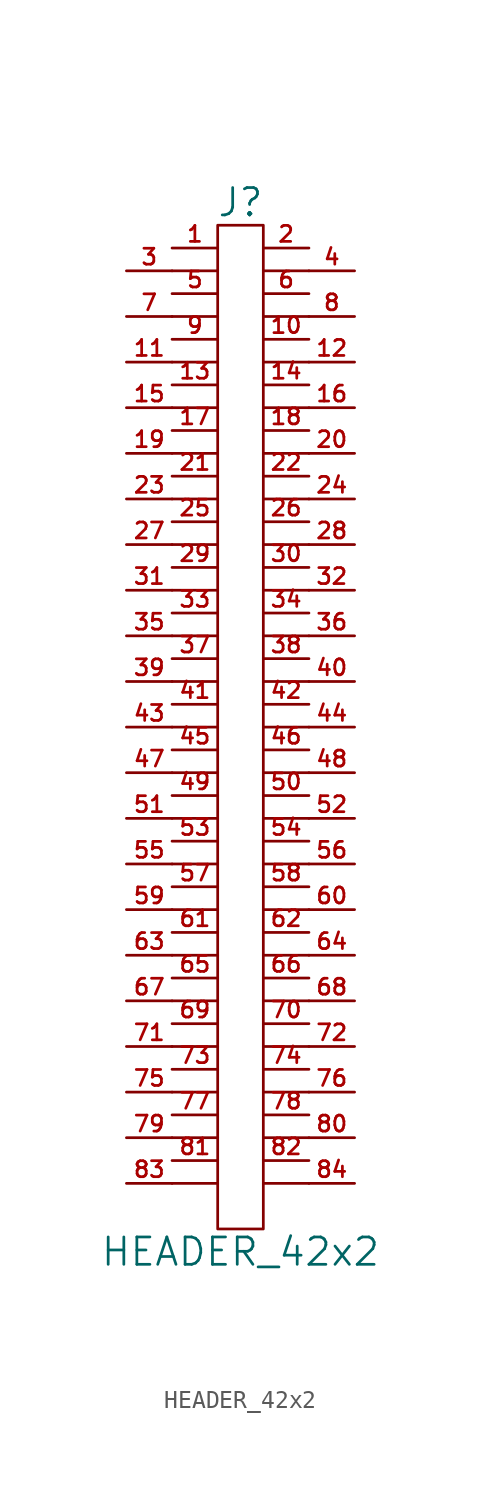
<source format=kicad_sym>
(kicad_symbol_lib
  (version 20201005)
  (generator kicad_symbol_editor)
  (symbol "HEADER_42x2"
    (pin_names
      (offset 0))
    (property "Reference" "J"
      (at 0 29.21 0)
      (effects (font (size 1.524 1.524))))
    (property "Value" "HEADER_42x2"
      (at 0 -29.21 0)
      (effects (font (size 1.524 1.524))))
    (property "Footprint" ""
      (at 0 2.54 0)
      (effects (font (size 1.524 1.524))))
    (property "Datasheet" ""
      (at 0 2.54 0)
      (effects (font (size 1.524 1.524))))
    (symbol "HEADER_42x2_0_1"
      (rectangle (start 1.27 -27.94) (end -1.27 27.94) (stroke (width 0)) (fill (type none)))
      (polyline (pts (xy -3.81 -25.4) (xy -1.27 -25.4)) (stroke (width 0)) (fill (type none)))
      (polyline (pts (xy -3.81 -22.86) (xy -1.27 -22.86)) (stroke (width 0)) (fill (type none)))
      (polyline (pts (xy -3.81 -20.32) (xy -1.27 -20.32)) (stroke (width 0)) (fill (type none)))
      (polyline (pts (xy -3.81 -17.78) (xy -1.27 -17.78)) (stroke (width 0)) (fill (type none)))
      (polyline (pts (xy -3.81 -15.24) (xy -1.27 -15.24)) (stroke (width 0)) (fill (type none)))
      (polyline (pts (xy -3.81 -12.7) (xy -1.27 -12.7)) (stroke (width 0)) (fill (type none)))
      (polyline (pts (xy -3.81 -10.16) (xy -1.27 -10.16)) (stroke (width 0)) (fill (type none)))
      (polyline (pts (xy -3.81 -7.62) (xy -1.27 -7.62)) (stroke (width 0)) (fill (type none)))
      (polyline (pts (xy -3.81 -5.08) (xy -1.27 -5.08)) (stroke (width 0)) (fill (type none)))
      (polyline (pts (xy -3.81 -2.54) (xy -1.27 -2.54)) (stroke (width 0)) (fill (type none)))
      (polyline (pts (xy -3.81 0) (xy -1.27 0)) (stroke (width 0)) (fill (type none)))
      (polyline (pts (xy -3.81 2.54) (xy -1.27 2.54)) (stroke (width 0)) (fill (type none)))
      (polyline (pts (xy -3.81 5.08) (xy -1.27 5.08)) (stroke (width 0)) (fill (type none)))
      (polyline (pts (xy -3.81 7.62) (xy -1.27 7.62)) (stroke (width 0)) (fill (type none)))
      (polyline (pts (xy -3.81 10.16) (xy -1.27 10.16)) (stroke (width 0)) (fill (type none)))
      (polyline (pts (xy -3.81 12.7) (xy -1.27 12.7)) (stroke (width 0)) (fill (type none)))
      (polyline (pts (xy -3.81 15.24) (xy -1.27 15.24)) (stroke (width 0)) (fill (type none)))
      (polyline (pts (xy -3.81 17.78) (xy -1.27 17.78)) (stroke (width 0)) (fill (type none)))
      (polyline (pts (xy -3.81 20.32) (xy -1.27 20.32)) (stroke (width 0)) (fill (type none)))
      (polyline (pts (xy -3.81 22.86) (xy -1.27 22.86)) (stroke (width 0)) (fill (type none)))
      (polyline (pts (xy -3.81 25.4) (xy -1.27 25.4)) (stroke (width 0)) (fill (type none)))
      (polyline (pts (xy 1.27 -25.4) (xy 3.81 -25.4)) (stroke (width 0)) (fill (type none)))
      (polyline (pts (xy 1.27 -22.86) (xy 3.81 -22.86)) (stroke (width 0)) (fill (type none)))
      (polyline (pts (xy 1.27 -20.32) (xy 3.81 -20.32)) (stroke (width 0)) (fill (type none)))
      (polyline (pts (xy 1.27 -17.78) (xy 3.81 -17.78)) (stroke (width 0)) (fill (type none)))
      (polyline (pts (xy 1.27 -15.24) (xy 3.81 -15.24)) (stroke (width 0)) (fill (type none)))
      (polyline (pts (xy 1.27 -12.7) (xy 3.81 -12.7)) (stroke (width 0)) (fill (type none)))
      (polyline (pts (xy 1.27 -10.16) (xy 3.81 -10.16)) (stroke (width 0)) (fill (type none)))
      (polyline (pts (xy 1.27 -7.62) (xy 3.81 -7.62)) (stroke (width 0)) (fill (type none)))
      (polyline (pts (xy 1.27 -5.08) (xy 3.81 -5.08)) (stroke (width 0)) (fill (type none)))
      (polyline (pts (xy 1.27 -2.54) (xy 3.81 -2.54)) (stroke (width 0)) (fill (type none)))
      (polyline (pts (xy 1.27 0) (xy 3.81 0)) (stroke (width 0)) (fill (type none)))
      (polyline (pts (xy 1.27 2.54) (xy 3.81 2.54)) (stroke (width 0)) (fill (type none)))
      (polyline (pts (xy 1.27 5.08) (xy 3.81 5.08)) (stroke (width 0)) (fill (type none)))
      (polyline (pts (xy 1.27 7.62) (xy 3.81 7.62)) (stroke (width 0)) (fill (type none)))
      (polyline (pts (xy 1.27 10.16) (xy 3.81 10.16)) (stroke (width 0)) (fill (type none)))
      (polyline (pts (xy 1.27 12.7) (xy 3.81 12.7)) (stroke (width 0)) (fill (type none)))
      (polyline (pts (xy 1.27 15.24) (xy 3.81 15.24)) (stroke (width 0)) (fill (type none)))
      (polyline (pts (xy 1.27 17.78) (xy 3.81 17.78)) (stroke (width 0)) (fill (type none)))
      (polyline (pts (xy 1.27 20.32) (xy 3.81 20.32)) (stroke (width 0)) (fill (type none)))
      (polyline (pts (xy 1.27 22.86) (xy 3.81 22.86)) (stroke (width 0)) (fill (type none)))
      (polyline (pts (xy 1.27 25.4) (xy 3.81 25.4)) (stroke (width 0)) (fill (type none))))
    (symbol "HEADER_42x2_1_1"
      (pin passive line (at -3.81 26.67 0) (length 2.54) (name "~" (effects (font (size 1.27 1.27)))) (number "1" (effects (font (size 0.889 0.889)))))
      (pin passive line (at 3.81 21.59 180) (length 2.54) (name "~" (effects (font (size 1.27 1.27)))) (number "10" (effects (font (size 0.889 0.889)))))
      (pin passive line (at -6.35 20.32 0) (length 2.54) (name "~" (effects (font (size 1.27 1.27)))) (number "11" (effects (font (size 0.889 0.889)))))
      (pin passive line (at 6.35 20.32 180) (length 2.54) (name "~" (effects (font (size 1.27 1.27)))) (number "12" (effects (font (size 0.889 0.889)))))
      (pin passive line (at -3.81 19.05 0) (length 2.54) (name "~" (effects (font (size 1.27 1.27)))) (number "13" (effects (font (size 0.889 0.889)))))
      (pin passive line (at 3.81 19.05 180) (length 2.54) (name "~" (effects (font (size 1.27 1.27)))) (number "14" (effects (font (size 0.889 0.889)))))
      (pin passive line (at -6.35 17.78 0) (length 2.54) (name "~" (effects (font (size 1.27 1.27)))) (number "15" (effects (font (size 0.889 0.889)))))
      (pin passive line (at 6.35 17.78 180) (length 2.54) (name "~" (effects (font (size 1.27 1.27)))) (number "16" (effects (font (size 0.889 0.889)))))
      (pin passive line (at -3.81 16.51 0) (length 2.54) (name "~" (effects (font (size 1.27 1.27)))) (number "17" (effects (font (size 0.889 0.889)))))
      (pin passive line (at 3.81 16.51 180) (length 2.54) (name "~" (effects (font (size 1.27 1.27)))) (number "18" (effects (font (size 0.889 0.889)))))
      (pin passive line (at -6.35 15.24 0) (length 2.54) (name "~" (effects (font (size 1.27 1.27)))) (number "19" (effects (font (size 0.889 0.889)))))
      (pin passive line (at 3.81 26.67 180) (length 2.54) (name "~" (effects (font (size 1.27 1.27)))) (number "2" (effects (font (size 0.889 0.889)))))
      (pin passive line (at 6.35 15.24 180) (length 2.54) (name "~" (effects (font (size 1.27 1.27)))) (number "20" (effects (font (size 0.889 0.889)))))
      (pin passive line (at -3.81 13.97 0) (length 2.54) (name "~" (effects (font (size 1.27 1.27)))) (number "21" (effects (font (size 0.889 0.889)))))
      (pin passive line (at 3.81 13.97 180) (length 2.54) (name "~" (effects (font (size 1.27 1.27)))) (number "22" (effects (font (size 0.889 0.889)))))
      (pin passive line (at -6.35 12.7 0) (length 2.54) (name "~" (effects (font (size 1.27 1.27)))) (number "23" (effects (font (size 0.889 0.889)))))
      (pin passive line (at 6.35 12.7 180) (length 2.54) (name "~" (effects (font (size 1.27 1.27)))) (number "24" (effects (font (size 0.889 0.889)))))
      (pin passive line (at -3.81 11.43 0) (length 2.54) (name "~" (effects (font (size 1.27 1.27)))) (number "25" (effects (font (size 0.889 0.889)))))
      (pin passive line (at 3.81 11.43 180) (length 2.54) (name "~" (effects (font (size 1.27 1.27)))) (number "26" (effects (font (size 0.889 0.889)))))
      (pin passive line (at -6.35 10.16 0) (length 2.54) (name "~" (effects (font (size 1.27 1.27)))) (number "27" (effects (font (size 0.889 0.889)))))
      (pin passive line (at 6.35 10.16 180) (length 2.54) (name "~" (effects (font (size 1.27 1.27)))) (number "28" (effects (font (size 0.889 0.889)))))
      (pin passive line (at -3.81 8.89 0) (length 2.54) (name "~" (effects (font (size 1.27 1.27)))) (number "29" (effects (font (size 0.889 0.889)))))
      (pin passive line (at -6.35 25.4 0) (length 2.54) (name "~" (effects (font (size 1.27 1.27)))) (number "3" (effects (font (size 0.889 0.889)))))
      (pin passive line (at 3.81 8.89 180) (length 2.54) (name "~" (effects (font (size 1.27 1.27)))) (number "30" (effects (font (size 0.889 0.889)))))
      (pin passive line (at -6.35 7.62 0) (length 2.54) (name "~" (effects (font (size 1.27 1.27)))) (number "31" (effects (font (size 0.889 0.889)))))
      (pin passive line (at 6.35 7.62 180) (length 2.54) (name "~" (effects (font (size 1.27 1.27)))) (number "32" (effects (font (size 0.889 0.889)))))
      (pin passive line (at -3.81 6.35 0) (length 2.54) (name "~" (effects (font (size 1.27 1.27)))) (number "33" (effects (font (size 0.889 0.889)))))
      (pin passive line (at 3.81 6.35 180) (length 2.54) (name "~" (effects (font (size 1.27 1.27)))) (number "34" (effects (font (size 0.889 0.889)))))
      (pin passive line (at -6.35 5.08 0) (length 2.54) (name "~" (effects (font (size 1.27 1.27)))) (number "35" (effects (font (size 0.889 0.889)))))
      (pin passive line (at 6.35 5.08 180) (length 2.54) (name "~" (effects (font (size 1.27 1.27)))) (number "36" (effects (font (size 0.889 0.889)))))
      (pin passive line (at -3.81 3.81 0) (length 2.54) (name "~" (effects (font (size 0.889 0.889)))) (number "37" (effects (font (size 0.889 0.889)))))
      (pin passive line (at 3.81 3.81 180) (length 2.54) (name "~" (effects (font (size 1.27 1.27)))) (number "38" (effects (font (size 0.889 0.889)))))
      (pin passive line (at -6.35 2.54 0) (length 2.54) (name "~" (effects (font (size 1.27 1.27)))) (number "39" (effects (font (size 0.889 0.889)))))
      (pin passive line (at 6.35 25.4 180) (length 2.54) (name "~" (effects (font (size 1.27 1.27)))) (number "4" (effects (font (size 0.889 0.889)))))
      (pin passive line (at 6.35 2.54 180) (length 2.54) (name "~" (effects (font (size 1.27 1.27)))) (number "40" (effects (font (size 0.889 0.889)))))
      (pin passive line (at -3.81 1.27 0) (length 2.54) (name "~" (effects (font (size 1.27 1.27)))) (number "41" (effects (font (size 0.889 0.889)))))
      (pin passive line (at 3.81 1.27 180) (length 2.54) (name "~" (effects (font (size 1.27 1.27)))) (number "42" (effects (font (size 0.889 0.889)))))
      (pin passive line (at -6.35 0 0) (length 2.54) (name "~" (effects (font (size 1.27 1.27)))) (number "43" (effects (font (size 0.889 0.889)))))
      (pin passive line (at 6.35 0 180) (length 2.54) (name "~" (effects (font (size 1.27 1.27)))) (number "44" (effects (font (size 0.889 0.889)))))
      (pin passive line (at -3.81 -1.27 0) (length 2.54) (name "~" (effects (font (size 1.27 1.27)))) (number "45" (effects (font (size 0.889 0.889)))))
      (pin passive line (at 3.81 -1.27 180) (length 2.54) (name "~" (effects (font (size 1.27 1.27)))) (number "46" (effects (font (size 0.889 0.889)))))
      (pin passive line (at -6.35 -2.54 0) (length 2.54) (name "~" (effects (font (size 1.27 1.27)))) (number "47" (effects (font (size 0.889 0.889)))))
      (pin passive line (at 6.35 -2.54 180) (length 2.54) (name "~" (effects (font (size 1.27 1.27)))) (number "48" (effects (font (size 0.889 0.889)))))
      (pin passive line (at -3.81 -3.81 0) (length 2.54) (name "~" (effects (font (size 1.27 1.27)))) (number "49" (effects (font (size 0.889 0.889)))))
      (pin passive line (at -3.81 24.13 0) (length 2.54) (name "~" (effects (font (size 1.27 1.27)))) (number "5" (effects (font (size 0.889 0.889)))))
      (pin passive line (at 3.81 -3.81 180) (length 2.54) (name "~" (effects (font (size 1.27 1.27)))) (number "50" (effects (font (size 0.889 0.889)))))
      (pin passive line (at -6.35 -5.08 0) (length 2.54) (name "~" (effects (font (size 1.27 1.27)))) (number "51" (effects (font (size 0.889 0.889)))))
      (pin passive line (at 6.35 -5.08 180) (length 2.54) (name "~" (effects (font (size 1.27 1.27)))) (number "52" (effects (font (size 0.889 0.889)))))
      (pin passive line (at -3.81 -6.35 0) (length 2.54) (name "~" (effects (font (size 1.27 1.27)))) (number "53" (effects (font (size 0.889 0.889)))))
      (pin passive line (at 3.81 -6.35 180) (length 2.54) (name "~" (effects (font (size 1.27 1.27)))) (number "54" (effects (font (size 0.889 0.889)))))
      (pin passive line (at -6.35 -7.62 0) (length 2.54) (name "~" (effects (font (size 1.27 1.27)))) (number "55" (effects (font (size 0.889 0.889)))))
      (pin passive line (at 6.35 -7.62 180) (length 2.54) (name "~" (effects (font (size 1.27 1.27)))) (number "56" (effects (font (size 0.889 0.889)))))
      (pin passive line (at -3.81 -8.89 0) (length 2.54) (name "~" (effects (font (size 1.27 1.27)))) (number "57" (effects (font (size 0.889 0.889)))))
      (pin passive line (at 3.81 -8.89 180) (length 2.54) (name "~" (effects (font (size 1.27 1.27)))) (number "58" (effects (font (size 0.889 0.889)))))
      (pin passive line (at -6.35 -10.16 0) (length 2.54) (name "~" (effects (font (size 1.27 1.27)))) (number "59" (effects (font (size 0.889 0.889)))))
      (pin passive line (at 3.81 24.13 180) (length 2.54) (name "~" (effects (font (size 1.27 1.27)))) (number "6" (effects (font (size 0.889 0.889)))))
      (pin passive line (at 6.35 -10.16 180) (length 2.54) (name "~" (effects (font (size 1.27 1.27)))) (number "60" (effects (font (size 0.889 0.889)))))
      (pin passive line (at -3.81 -11.43 0) (length 2.54) (name "~" (effects (font (size 1.27 1.27)))) (number "61" (effects (font (size 0.889 0.889)))))
      (pin passive line (at 3.81 -11.43 180) (length 2.54) (name "~" (effects (font (size 1.27 1.27)))) (number "62" (effects (font (size 0.889 0.889)))))
      (pin passive line (at -6.35 -12.7 0) (length 2.54) (name "~" (effects (font (size 1.27 1.27)))) (number "63" (effects (font (size 0.889 0.889)))))
      (pin passive line (at 6.35 -12.7 180) (length 2.54) (name "~" (effects (font (size 1.27 1.27)))) (number "64" (effects (font (size 0.889 0.889)))))
      (pin passive line (at -3.81 -13.97 0) (length 2.54) (name "~" (effects (font (size 1.27 1.27)))) (number "65" (effects (font (size 0.889 0.889)))))
      (pin passive line (at 3.81 -13.97 180) (length 2.54) (name "~" (effects (font (size 1.27 1.27)))) (number "66" (effects (font (size 0.889 0.889)))))
      (pin passive line (at -6.35 -15.24 0) (length 2.54) (name "~" (effects (font (size 1.27 1.27)))) (number "67" (effects (font (size 0.889 0.889)))))
      (pin passive line (at 6.35 -15.24 180) (length 2.54) (name "~" (effects (font (size 1.27 1.27)))) (number "68" (effects (font (size 0.889 0.889)))))
      (pin passive line (at -3.81 -16.51 0) (length 2.54) (name "~" (effects (font (size 1.27 1.27)))) (number "69" (effects (font (size 0.889 0.889)))))
      (pin passive line (at -6.35 22.86 0) (length 2.54) (name "~" (effects (font (size 1.27 1.27)))) (number "7" (effects (font (size 0.889 0.889)))))
      (pin passive line (at 3.81 -16.51 180) (length 2.54) (name "~" (effects (font (size 1.27 1.27)))) (number "70" (effects (font (size 0.889 0.889)))))
      (pin passive line (at -6.35 -17.78 0) (length 2.54) (name "~" (effects (font (size 1.27 1.27)))) (number "71" (effects (font (size 0.889 0.889)))))
      (pin passive line (at 6.35 -17.78 180) (length 2.54) (name "~" (effects (font (size 1.27 1.27)))) (number "72" (effects (font (size 0.889 0.889)))))
      (pin passive line (at -3.81 -19.05 0) (length 2.54) (name "~" (effects (font (size 1.27 1.27)))) (number "73" (effects (font (size 0.889 0.889)))))
      (pin passive line (at 3.81 -19.05 180) (length 2.54) (name "~" (effects (font (size 1.27 1.27)))) (number "74" (effects (font (size 0.889 0.889)))))
      (pin passive line (at -6.35 -20.32 0) (length 2.54) (name "~" (effects (font (size 1.27 1.27)))) (number "75" (effects (font (size 0.889 0.889)))))
      (pin passive line (at 6.35 -20.32 180) (length 2.54) (name "~" (effects (font (size 1.27 1.27)))) (number "76" (effects (font (size 0.889 0.889)))))
      (pin passive line (at -3.81 -21.59 0) (length 2.54) (name "~" (effects (font (size 1.27 1.27)))) (number "77" (effects (font (size 0.889 0.889)))))
      (pin passive line (at 3.81 -21.59 180) (length 2.54) (name "~" (effects (font (size 1.27 1.27)))) (number "78" (effects (font (size 0.889 0.889)))))
      (pin passive line (at -6.35 -22.86 0) (length 2.54) (name "~" (effects (font (size 1.27 1.27)))) (number "79" (effects (font (size 0.889 0.889)))))
      (pin passive line (at 6.35 22.86 180) (length 2.54) (name "~" (effects (font (size 1.27 1.27)))) (number "8" (effects (font (size 0.889 0.889)))))
      (pin passive line (at 6.35 -22.86 180) (length 2.54) (name "~" (effects (font (size 1.27 1.27)))) (number "80" (effects (font (size 0.889 0.889)))))
      (pin passive line (at -3.81 -24.13 0) (length 2.54) (name "~" (effects (font (size 1.27 1.27)))) (number "81" (effects (font (size 0.889 0.889)))))
      (pin passive line (at 3.81 -24.13 180) (length 2.54) (name "~" (effects (font (size 1.27 1.27)))) (number "82" (effects (font (size 0.889 0.889)))))
      (pin passive line (at -6.35 -25.4 0) (length 2.54) (name "~" (effects (font (size 1.27 1.27)))) (number "83" (effects (font (size 0.889 0.889)))))
      (pin passive line (at 6.35 -25.4 180) (length 2.54) (name "~" (effects (font (size 1.27 1.27)))) (number "84" (effects (font (size 0.889 0.889)))))
      (pin passive line (at -3.81 21.59 0) (length 2.54) (name "~" (effects (font (size 1.27 1.27)))) (number "9" (effects (font (size 0.889 0.889))))))))
</source>
